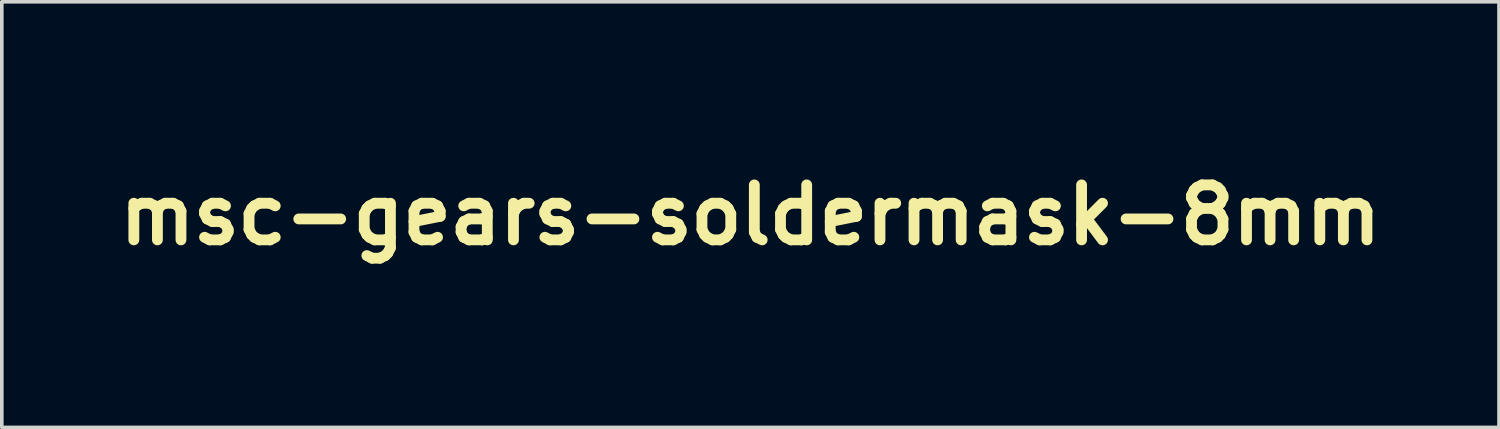
<source format=kicad_pcb>
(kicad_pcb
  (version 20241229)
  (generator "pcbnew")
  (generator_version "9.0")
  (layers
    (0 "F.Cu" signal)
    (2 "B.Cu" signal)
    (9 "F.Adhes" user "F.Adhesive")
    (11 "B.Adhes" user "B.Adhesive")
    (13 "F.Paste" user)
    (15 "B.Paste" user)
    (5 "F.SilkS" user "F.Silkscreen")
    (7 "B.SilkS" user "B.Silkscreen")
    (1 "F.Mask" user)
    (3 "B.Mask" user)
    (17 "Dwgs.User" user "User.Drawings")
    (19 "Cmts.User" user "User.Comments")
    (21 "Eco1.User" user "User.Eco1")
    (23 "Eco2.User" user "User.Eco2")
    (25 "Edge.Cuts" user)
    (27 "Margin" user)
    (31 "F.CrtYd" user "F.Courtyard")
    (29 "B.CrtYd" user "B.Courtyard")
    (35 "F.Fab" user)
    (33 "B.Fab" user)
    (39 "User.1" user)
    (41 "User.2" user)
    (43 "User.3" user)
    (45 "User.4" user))
  (footprint "msc-gears-soldermask-8mm"
    (layer "F.Cu")
    (at 17.751 2.91)
    (property "Reference" "msc-gears-soldermask-8mm" (at 0 0 0) (layer "F.SilkS") (effects (font (size 1.524 1.524) (thickness 0.3))))
    (attr board_only exclude_from_pos_files exclude_from_bom)
    (fp_poly (pts (xy 1.682 -2.832) (xy 1.718 -2.789) (xy 1.746 -2.766) (xy 1.777 -2.755) (xy 1.822 -2.753) (xy 1.845 -2.753) (xy 1.902 -2.754) (xy 1.939 -2.762) (xy 1.971 -2.782) (xy 2.005 -2.813) (xy 2.066 -2.873) (xy 2.186 -2.811) (xy 2.243 -2.78) (xy 2.289 -2.75) (xy 2.316 -2.728) (xy 2.319 -2.723) (xy 2.325 -2.693) (xy 2.325 -2.645) (xy 2.321 -2.61) (xy 2.316 -2.558) (xy 2.32 -2.524) (xy 2.337 -2.495) (xy 2.357 -2.47) (xy 2.389 -2.438) (xy 2.42 -2.422) (xy 2.464 -2.417) (xy 2.488 -2.417) (xy 2.539 -2.414) (xy 2.577 -2.402) (xy 2.605 -2.376) (xy 2.629 -2.33) (xy 2.655 -2.26) (xy 2.662 -2.237) (xy 2.701 -2.114) (xy 2.643 -2.071) (xy 2.591 -2.03) (xy 2.562 -1.994) (xy 2.548 -1.953) (xy 2.545 -1.896) (xy 2.545 -1.892) (xy 2.548 -1.836) (xy 2.561 -1.795) (xy 2.589 -1.754) (xy 2.601 -1.74) (xy 2.632 -1.701) (xy 2.653 -1.67) (xy 2.657 -1.659) (xy 2.649 -1.638) (xy 2.63 -1.598) (xy 2.603 -1.547) (xy 2.6 -1.542) (xy 2.544 -1.441) (xy 2.452 -1.451) (xy 2.399 -1.455) (xy 2.363 -1.451) (xy 2.33 -1.433) (xy 2.288 -1.4) (xy 2.248 -1.364) (xy 2.226 -1.334) (xy 2.214 -1.297) (xy 2.209 -1.244) (xy 2.201 -1.147) (xy 2.081 -1.11) (xy 2.024 -1.093) (xy 1.982 -1.079) (xy 1.961 -1.073) (xy 1.959 -1.073) (xy 1.95 -1.084) (xy 1.927 -1.112) (xy 1.911 -1.131) (xy 1.881 -1.169) (xy 1.859 -1.197) (xy 1.855 -1.204) (xy 1.835 -1.213) (xy 1.792 -1.222) (xy 1.743 -1.228) (xy 1.686 -1.231) (xy 1.651 -1.228) (xy 1.624 -1.215) (xy 1.596 -1.189) (xy 1.585 -1.178) (xy 1.549 -1.144) (xy 1.519 -1.124) (xy 1.509 -1.12) (xy 1.477 -1.129) (xy 1.428 -1.15) (xy 1.372 -1.18) (xy 1.318 -1.214) (xy 1.299 -1.228) (xy 1.269 -1.252) (xy 1.254 -1.274) (xy 1.25 -1.304) (xy 1.254 -1.353) (xy 1.255 -1.363) (xy 1.26 -1.418) (xy 1.257 -1.454) (xy 1.242 -1.484) (xy 1.221 -1.512) (xy 1.193 -1.544) (xy 1.166 -1.561) (xy 1.129 -1.568) (xy 1.085 -1.568) (xy 1.036 -1.57) (xy 1.001 -1.579) (xy 0.975 -1.599) (xy 0.953 -1.637) (xy 0.93 -1.697) (xy 0.912 -1.752) (xy 0.876 -1.863) (xy 0.938 -1.915) (xy 0.975 -1.946) (xy 1.002 -1.965) (xy 1.01 -1.968) (xy 1.011 -1.971) (xy 1.343 -1.971) (xy 1.347 -1.895) (xy 1.359 -1.828) (xy 1.368 -1.798) (xy 1.421 -1.711) (xy 1.497 -1.637) (xy 1.59 -1.583) (xy 1.632 -1.567) (xy 1.698 -1.556) (xy 1.78 -1.555) (xy 1.862 -1.563) (xy 1.925 -1.578) (xy 2.012 -1.622) (xy 2.094 -1.69) (xy 2.162 -1.775) (xy 2.187 -1.82) (xy 2.221 -1.921) (xy 2.231 -2.028) (xy 2.218 -2.133) (xy 2.182 -2.228) (xy 2.125 -2.307) (xy 2.118 -2.315) (xy 2.026 -2.38) (xy 1.922 -2.419) (xy 1.811 -2.433) (xy 1.699 -2.421) (xy 1.592 -2.382) (xy 1.498 -2.319) (xy 1.418 -2.229) (xy 1.366 -2.125) (xy 1.344 -2.009) (xy 1.343 -1.971) (xy 1.011 -1.971) (xy 1.017 -1.983) (xy 1.024 -2.021) (xy 1.03 -2.066) (xy 1.035 -2.12) (xy 1.032 -2.156) (xy 1.017 -2.187) (xy 0.987 -2.226) (xy 0.975 -2.24) (xy 0.91 -2.318) (xy 0.971 -2.431) (xy 1.001 -2.486) (xy 1.025 -2.52) (xy 1.05 -2.536) (xy 1.086 -2.537) (xy 1.141 -2.528) (xy 1.177 -2.52) (xy 1.212 -2.528) (xy 1.263 -2.562) (xy 1.293 -2.587) (xy 1.337 -2.626) (xy 1.362 -2.656) (xy 1.373 -2.685) (xy 1.376 -2.725) (xy 1.376 -2.745) (xy 1.376 -2.83) (xy 1.496 -2.87) (xy 1.616 -2.91)) (stroke (width 0) (type solid)) (fill yes) (layer "F.Mask"))
    (fp_poly (pts (xy 0.814 0.375) (xy 0.836 0.39) (xy 0.864 0.424) (xy 0.896 0.471) (xy 0.936 0.527) (xy 0.972 0.566) (xy 0.998 0.584) (xy 0.998 0.584) (xy 1.032 0.591) (xy 1.084 0.6) (xy 1.133 0.609) (xy 1.234 0.626) (xy 1.333 0.547) (xy 1.433 0.467) (xy 1.58 0.558) (xy 1.656 0.606) (xy 1.707 0.646) (xy 1.736 0.683) (xy 1.748 0.725) (xy 1.745 0.776) (xy 1.733 0.839) (xy 1.709 0.946) (xy 1.768 1.033) (xy 1.803 1.08) (xy 1.831 1.107) (xy 1.861 1.121) (xy 1.902 1.128) (xy 1.973 1.137) (xy 2.024 1.145) (xy 2.06 1.157) (xy 2.085 1.178) (xy 2.103 1.212) (xy 2.118 1.266) (xy 2.136 1.342) (xy 2.148 1.396) (xy 2.188 1.567) (xy 2.083 1.636) (xy 1.977 1.705) (xy 1.935 1.94) (xy 1.999 2.016) (xy 2.041 2.07) (xy 2.066 2.113) (xy 2.073 2.154) (xy 2.061 2.199) (xy 2.032 2.257) (xy 1.994 2.319) (xy 1.904 2.462) (xy 1.812 2.44) (xy 1.738 2.424) (xy 1.683 2.421) (xy 1.636 2.432) (xy 1.585 2.46) (xy 1.534 2.496) (xy 1.428 2.574) (xy 1.417 2.696) (xy 1.411 2.757) (xy 1.403 2.795) (xy 1.392 2.814) (xy 1.375 2.824) (xy 1.363 2.827) (xy 1.324 2.836) (xy 1.268 2.849) (xy 1.224 2.859) (xy 1.168 2.872) (xy 1.122 2.883) (xy 1.099 2.888) (xy 1.078 2.883) (xy 1.051 2.857) (xy 1.015 2.807) (xy 1.001 2.787) (xy 0.932 2.679) (xy 0.801 2.659) (xy 0.742 2.65) (xy 0.699 2.647) (xy 0.664 2.652) (xy 0.629 2.668) (xy 0.586 2.697) (xy 0.527 2.742) (xy 0.51 2.755) (xy 0.49 2.77) (xy 0.472 2.777) (xy 0.451 2.776) (xy 0.421 2.763) (xy 0.377 2.737) (xy 0.313 2.697) (xy 0.284 2.678) (xy 0.216 2.631) (xy 0.175 2.59) (xy 0.155 2.546) (xy 0.153 2.491) (xy 0.167 2.418) (xy 0.191 2.313) (xy 0.132 2.228) (xy 0.102 2.186) (xy 0.075 2.158) (xy 0.043 2.141) (xy -0.002 2.131) (xy -0.069 2.122) (xy -0.085 2.12) (xy -0.139 2.113) (xy -0.17 2.102) (xy -0.187 2.083) (xy -0.195 2.067) (xy -0.205 2.036) (xy -0.219 1.986) (xy -0.235 1.923) (xy -0.251 1.857) (xy -0.266 1.793) (xy -0.277 1.738) (xy -0.284 1.702) (xy -0.285 1.694) (xy 0.281 1.694) (xy 0.304 1.825) (xy 0.356 1.946) (xy 0.439 2.055) (xy 0.447 2.064) (xy 0.557 2.155) (xy 0.682 2.22) (xy 0.817 2.258) (xy 0.956 2.268) (xy 1.095 2.248) (xy 1.096 2.248) (xy 1.229 2.199) (xy 1.346 2.126) (xy 1.444 2.034) (xy 1.522 1.927) (xy 1.577 1.808) (xy 1.607 1.681) (xy 1.611 1.55) (xy 1.587 1.418) (xy 1.559 1.344) (xy 1.499 1.246) (xy 1.414 1.154) (xy 1.31 1.076) (xy 1.237 1.036) (xy 1.185 1.012) (xy 1.142 0.997) (xy 1.097 0.989) (xy 1.042 0.985) (xy 0.965 0.984) (xy 0.96 0.984) (xy 0.882 0.985) (xy 0.826 0.989) (xy 0.781 0.997) (xy 0.738 1.011) (xy 0.687 1.034) (xy 0.684 1.036) (xy 0.555 1.113) (xy 0.448 1.212) (xy 0.366 1.33) (xy 0.31 1.463) (xy 0.289 1.553) (xy 0.281 1.694) (xy -0.285 1.694) (xy -0.285 1.69) (xy -0.205 1.64) (xy -0.148 1.602) (xy -0.11 1.572) (xy -0.085 1.543) (xy -0.071 1.511) (xy -0.063 1.472) (xy -0.056 1.418) (xy -0.054 1.405) (xy -0.05 1.351) (xy -0.054 1.314) (xy -0.07 1.282) (xy -0.092 1.253) (xy -0.127 1.205) (xy -0.157 1.157) (xy -0.165 1.143) (xy -0.175 1.121) (xy -0.179 1.101) (xy -0.173 1.076) (xy -0.155 1.041) (xy -0.124 0.99) (xy -0.101 0.951) (xy -0.064 0.892) (xy -0.033 0.844) (xy -0.013 0.812) (xy -0.007 0.803) (xy 0.009 0.804) (xy 0.049 0.81) (xy 0.105 0.821) (xy 0.119 0.825) (xy 0.241 0.852) (xy 0.324 0.793) (xy 0.373 0.759) (xy 0.415 0.729) (xy 0.436 0.714) (xy 0.456 0.684) (xy 0.472 0.626) (xy 0.479 0.576) (xy 0.488 0.518) (xy 0.498 0.473) (xy 0.506 0.449) (xy 0.507 0.448) (xy 0.528 0.439) (xy 0.572 0.426) (xy 0.629 0.412) (xy 0.64 0.41) (xy 0.703 0.396) (xy 0.757 0.383) (xy 0.791 0.375) (xy 0.794 0.375)) (stroke (width 0) (type solid)) (fill yes) (layer "F.Mask"))
    (fp_poly (pts (xy -0.893 -2.758) (xy -0.867 -2.698) (xy -0.845 -2.639) (xy -0.833 -2.606) (xy -0.822 -2.575) (xy -0.806 -2.556) (xy -0.779 -2.544) (xy -0.731 -2.534) (xy -0.707 -2.53) (xy -0.649 -2.519) (xy -0.601 -2.51) (xy -0.575 -2.504) (xy -0.552 -2.512) (xy -0.515 -2.546) (xy -0.463 -2.606) (xy -0.449 -2.623) (xy -0.35 -2.75) (xy -0.291 -2.726) (xy -0.185 -2.678) (xy -0.108 -2.635) (xy -0.055 -2.595) (xy -0.025 -2.557) (xy -0.011 -2.528) (xy -0.004 -2.5) (xy -0.005 -2.466) (xy -0.012 -2.415) (xy -0.02 -2.372) (xy -0.044 -2.242) (xy 0.104 -2.117) (xy 0.24 -2.17) (xy 0.302 -2.193) (xy 0.354 -2.212) (xy 0.386 -2.222) (xy 0.393 -2.224) (xy 0.409 -2.212) (xy 0.438 -2.179) (xy 0.476 -2.131) (xy 0.518 -2.073) (xy 0.56 -2.012) (xy 0.599 -1.953) (xy 0.62 -1.918) (xy 0.654 -1.859) (xy 0.55 -1.738) (xy 0.446 -1.616) (xy 0.472 -1.537) (xy 0.483 -1.503) (xy 0.495 -1.48) (xy 0.512 -1.463) (xy 0.541 -1.452) (xy 0.587 -1.441) (xy 0.657 -1.429) (xy 0.693 -1.423) (xy 0.751 -1.412) (xy 0.787 -1.4) (xy 0.809 -1.383) (xy 0.827 -1.354) (xy 0.831 -1.347) (xy 0.849 -1.297) (xy 0.864 -1.223) (xy 0.875 -1.134) (xy 0.875 -1.133) (xy 0.889 -0.978) (xy 0.737 -0.924) (xy 0.585 -0.869) (xy 0.573 -0.799) (xy 0.564 -0.744) (xy 0.555 -0.695) (xy 0.553 -0.685) (xy 0.553 -0.66) (xy 0.563 -0.637) (xy 0.591 -0.607) (xy 0.639 -0.566) (xy 0.64 -0.566) (xy 0.69 -0.52) (xy 0.733 -0.473) (xy 0.76 -0.434) (xy 0.76 -0.432) (xy 0.771 -0.405) (xy 0.776 -0.382) (xy 0.771 -0.355) (xy 0.757 -0.316) (xy 0.731 -0.258) (xy 0.72 -0.236) (xy 0.691 -0.176) (xy 0.666 -0.129) (xy 0.649 -0.102) (xy 0.643 -0.097) (xy 0.624 -0.1) (xy 0.58 -0.108) (xy 0.52 -0.119) (xy 0.485 -0.126) (xy 0.338 -0.155) (xy 0.249 -0.047) (xy 0.209 0.004) (xy 0.178 0.045) (xy 0.162 0.071) (xy 0.16 0.076) (xy 0.166 0.096) (xy 0.18 0.139) (xy 0.202 0.197) (xy 0.214 0.229) (xy 0.269 0.368) (xy 0.158 0.449) (xy 0.104 0.487) (xy 0.059 0.517) (xy 0.03 0.535) (xy 0.025 0.538) (xy 0.005 0.532) (xy -0.033 0.508) (xy -0.082 0.471) (xy -0.112 0.446) (xy -0.229 0.345) (xy -0.366 0.394) (xy -0.504 0.443) (xy -0.53 0.598) (xy -0.542 0.665) (xy -0.552 0.718) (xy -0.56 0.752) (xy -0.562 0.759) (xy -0.58 0.763) (xy -0.622 0.768) (xy -0.682 0.773) (xy -0.723 0.776) (xy -0.878 0.788) (xy -0.909 0.726) (xy -0.932 0.673) (xy -0.957 0.609) (xy -0.968 0.579) (xy -0.982 0.536) (xy -0.996 0.508) (xy -1.016 0.49) (xy -1.05 0.478) (xy -1.104 0.466) (xy -1.148 0.458) (xy -1.264 0.436) (xy -1.362 0.558) (xy -1.405 0.61) (xy -1.44 0.651) (xy -1.464 0.676) (xy -1.47 0.68) (xy -1.488 0.674) (xy -1.529 0.658) (xy -1.584 0.634) (xy -1.618 0.619) (xy -1.688 0.586) (xy -1.735 0.558) (xy -1.766 0.531) (xy -1.788 0.5) (xy -1.789 0.498) (xy -1.807 0.464) (xy -1.814 0.434) (xy -1.811 0.397) (xy -1.8 0.344) (xy -1.787 0.286) (xy -1.779 0.237) (xy -1.777 0.212) (xy -1.789 0.179) (xy -1.819 0.138) (xy -1.86 0.1) (xy -1.901 0.074) (xy -1.909 0.071) (xy -1.936 0.072) (xy -1.984 0.084) (xy -2.044 0.103) (xy -2.073 0.113) (xy -2.143 0.138) (xy -2.189 0.15) (xy -2.218 0.152) (xy -2.23 0.146) (xy -2.255 0.12) (xy -2.288 0.075) (xy -2.327 0.02) (xy -2.366 -0.041) (xy -2.403 -0.101) (xy -2.432 -0.154) (xy -2.451 -0.193) (xy -2.455 -0.212) (xy -2.439 -0.232) (xy -2.408 -0.27) (xy -2.367 -0.318) (xy -2.348 -0.339) (xy -2.253 -0.447) (xy -2.282 -0.523) (xy -2.299 -0.568) (xy -2.31 -0.598) (xy -2.313 -0.605) (xy -2.329 -0.609) (xy -2.37 -0.617) (xy -2.427 -0.627) (xy -2.454 -0.631) (xy -2.518 -0.643) (xy -2.571 -0.653) (xy -2.603 -0.662) (xy -2.608 -0.664) (xy -2.637 -0.697) (xy -2.66 -0.756) (xy -2.677 -0.832) (xy -2.68 -0.856) (xy -2.687 -0.922) (xy -2.694 -0.987) (xy -2.698 -1.018) (xy -2.704 -1.066) (xy -1.93 -1.066) (xy -1.929 -0.904) (xy -1.901 -0.744) (xy -1.844 -0.588) (xy -1.839 -0.58) (xy -1.765 -0.462) (xy -1.665 -0.351) (xy -1.544 -0.252) (xy -1.408 -0.169) (xy -1.263 -0.105) (xy -1.114 -0.064) (xy -1.112 -0.064) (xy -1.033 -0.056) (xy -0.936 -0.055) (xy -0.833 -0.061) (xy -0.736 -0.072) (xy -0.658 -0.089) (xy -0.656 -0.089) (xy -0.487 -0.156) (xy -0.335 -0.247) (xy -0.202 -0.36) (xy -0.091 -0.493) (xy -0.004 -0.641) (xy 0.057 -0.804) (xy 0.09 -0.977) (xy 0.096 -1.084) (xy 0.085 -1.247) (xy 0.051 -1.392) (xy -0.009 -1.524) (xy -0.096 -1.648) (xy -0.13 -1.686) (xy -0.263 -1.809) (xy -0.411 -1.905) (xy -0.572 -1.974) (xy -0.741 -2.014) (xy -0.916 -2.025) (xy -1.092 -2.006) (xy -1.266 -1.957) (xy -1.275 -1.953) (xy -1.429 -1.878) (xy -1.565 -1.779) (xy -1.682 -1.662) (xy -1.779 -1.528) (xy -1.853 -1.382) (xy -1.904 -1.227) (xy -1.93 -1.066) (xy -2.704 -1.066) (xy -2.706 -1.084) (xy -2.554 -1.137) (xy -2.402 -1.189) (xy -2.386 -1.268) (xy -2.372 -1.34) (xy -2.37 -1.391) (xy -2.382 -1.429) (xy -2.41 -1.463) (xy -2.453 -1.499) (xy -2.503 -1.543) (xy -2.546 -1.589) (xy -2.568 -1.622) (xy -2.599 -1.678) (xy -2.538 -1.816) (xy -2.51 -1.876) (xy -2.487 -1.925) (xy -2.471 -1.954) (xy -2.467 -1.959) (xy -2.448 -1.959) (xy -2.405 -1.954) (xy -2.345 -1.944) (xy -2.305 -1.936) (xy -2.239 -1.925) (xy -2.185 -1.918) (xy -2.151 -1.916) (xy -2.144 -1.918) (xy -2.13 -1.934) (xy -2.101 -1.969) (xy -2.062 -2.014) (xy -2.05 -2.029) (xy -1.965 -2.13) (xy -2.022 -2.277) (xy -2.079 -2.425) (xy -2.036 -2.461) (xy -1.999 -2.49) (xy -1.948 -2.527) (xy -1.909 -2.555) (xy -1.825 -2.613) (xy -1.757 -2.556) (xy -1.705 -2.513) (xy -1.653 -2.469) (xy -1.633 -2.452) (xy -1.576 -2.405) (xy -1.304 -2.508) (xy -1.28 -2.662) (xy -1.269 -2.728) (xy -1.259 -2.781) (xy -1.251 -2.815) (xy -1.248 -2.822) (xy -1.23 -2.826) (xy -1.187 -2.831) (xy -1.127 -2.837) (xy -1.087 -2.84) (xy -0.934 -2.851)) (stroke (width 0) (type solid)) (fill yes) (layer "F.Mask")))
  (gr_rect
    (start -3 -3)
    (end 38.502 8.798)
    (stroke (width 0.1) (type default))
    (fill no)
    (layer "Edge.Cuts")))
</source>
